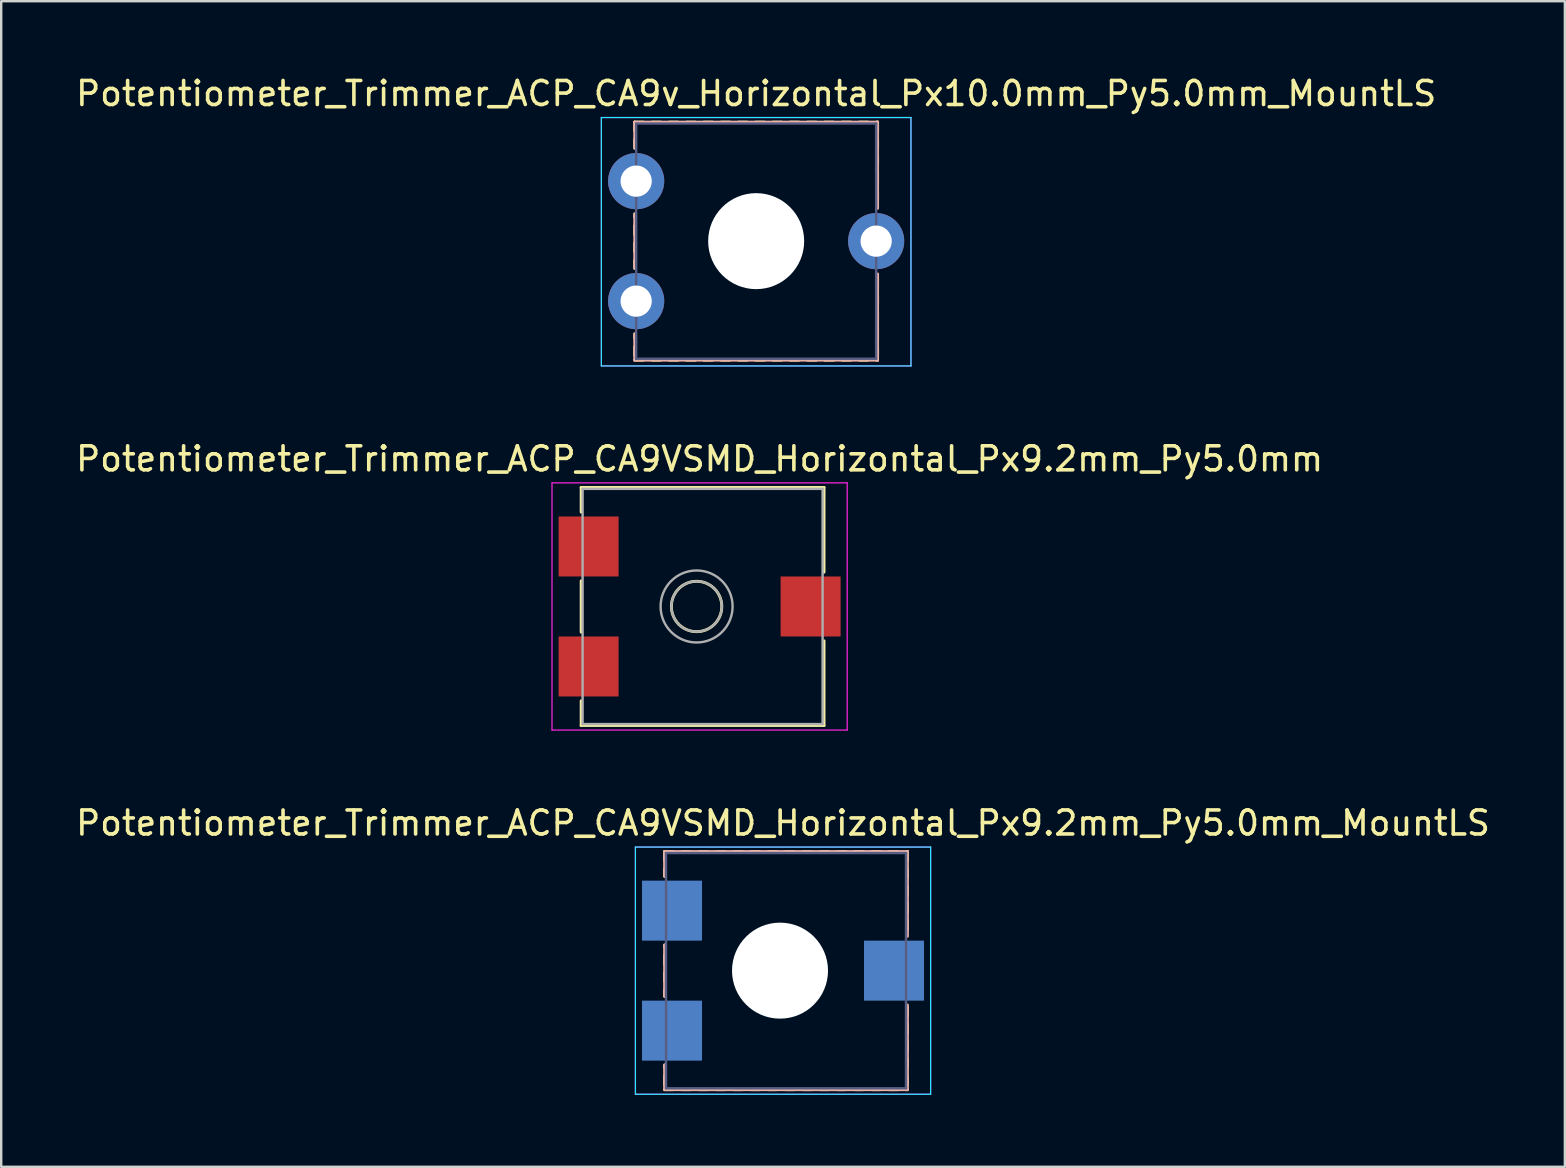
<source format=kicad_pcb>
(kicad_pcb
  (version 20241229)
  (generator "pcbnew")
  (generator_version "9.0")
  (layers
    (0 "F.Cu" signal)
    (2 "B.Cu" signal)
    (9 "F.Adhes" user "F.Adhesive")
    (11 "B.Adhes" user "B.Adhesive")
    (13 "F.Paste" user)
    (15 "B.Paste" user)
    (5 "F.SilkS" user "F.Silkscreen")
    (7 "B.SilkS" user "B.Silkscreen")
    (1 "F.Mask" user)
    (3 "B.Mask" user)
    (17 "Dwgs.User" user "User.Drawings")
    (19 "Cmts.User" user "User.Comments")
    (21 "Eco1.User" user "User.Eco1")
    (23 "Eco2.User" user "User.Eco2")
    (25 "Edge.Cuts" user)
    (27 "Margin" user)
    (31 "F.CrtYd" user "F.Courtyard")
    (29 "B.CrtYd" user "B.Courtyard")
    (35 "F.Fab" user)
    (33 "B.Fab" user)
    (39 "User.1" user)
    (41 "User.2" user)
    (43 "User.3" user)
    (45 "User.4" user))
  (footprint "Potentiometer_Trimmer_ACP_CA9VSMD_Horizontal_Px9.2mm_Py5.0mm_MountLS"
    (layer "F.Cu")
    (at 29.577 37.395)
    (property "Reference" "Potentiometer_Trimmer_ACP_CA9VSMD_Horizontal_Px9.2mm_Py5.0mm_MountLS" (at 0 -6.15 0) (layer "F.SilkS") (effects (font (size 1 1) (thickness 0.15))))
    (attr smd)
    (fp_line (start -4.935 -4.961) (end -4.935 -4.601) (stroke (width 0.12) (type solid)) (layer "F.SilkS"))
    (fp_line (start -4.935 -4.961) (end -4.575 -4.961) (stroke (width 0.12) (type solid)) (layer "F.SilkS"))
    (fp_line (start -4.935 -4.241) (end -4.935 -3.931) (stroke (width 0.12) (type solid)) (layer "F.SilkS"))
    (fp_line (start -4.935 -1.069) (end -4.935 -1) (stroke (width 0.12) (type solid)) (layer "F.SilkS"))
    (fp_line (start -4.935 -0.64) (end -4.935 -0.28) (stroke (width 0.12) (type solid)) (layer "F.SilkS"))
    (fp_line (start -4.935 0.08) (end -4.935 0.44) (stroke (width 0.12) (type solid)) (layer "F.SilkS"))
    (fp_line (start -4.935 0.8) (end -4.935 1.07) (stroke (width 0.12) (type solid)) (layer "F.SilkS"))
    (fp_line (start -4.935 3.93) (end -4.935 4.04) (stroke (width 0.12) (type solid)) (layer "F.SilkS"))
    (fp_line (start -4.935 4.4) (end -4.935 4.76) (stroke (width 0.12) (type solid)) (layer "F.SilkS"))
    (fp_line (start -4.935 4.96) (end -4.575 4.96) (stroke (width 0.12) (type solid)) (layer "F.SilkS"))
    (fp_line (start -4.215 -4.961) (end -3.855 -4.961) (stroke (width 0.12) (type solid)) (layer "F.SilkS"))
    (fp_line (start -4.215 4.96) (end -3.855 4.96) (stroke (width 0.12) (type solid)) (layer "F.SilkS"))
    (fp_line (start -3.495 -4.961) (end -3.135 -4.961) (stroke (width 0.12) (type solid)) (layer "F.SilkS"))
    (fp_line (start -3.495 4.96) (end -3.135 4.96) (stroke (width 0.12) (type solid)) (layer "F.SilkS"))
    (fp_line (start -2.775 -4.961) (end -2.415 -4.961) (stroke (width 0.12) (type solid)) (layer "F.SilkS"))
    (fp_line (start -2.775 4.96) (end -2.415 4.96) (stroke (width 0.12) (type solid)) (layer "F.SilkS"))
    (fp_line (start -2.055 -4.961) (end -1.695 -4.961) (stroke (width 0.12) (type solid)) (layer "F.SilkS"))
    (fp_line (start -2.055 4.96) (end -1.695 4.96) (stroke (width 0.12) (type solid)) (layer "F.SilkS"))
    (fp_line (start -1.335 -4.961) (end -0.975 -4.961) (stroke (width 0.12) (type solid)) (layer "F.SilkS"))
    (fp_line (start -1.335 4.96) (end -0.975 4.96) (stroke (width 0.12) (type solid)) (layer "F.SilkS"))
    (fp_line (start -0.615 -4.961) (end -0.255 -4.961) (stroke (width 0.12) (type solid)) (layer "F.SilkS"))
    (fp_line (start -0.615 4.96) (end -0.255 4.96) (stroke (width 0.12) (type solid)) (layer "F.SilkS"))
    (fp_line (start 0.105 -4.961) (end 0.465 -4.961) (stroke (width 0.12) (type solid)) (layer "F.SilkS"))
    (fp_line (start 0.105 4.96) (end 0.465 4.96) (stroke (width 0.12) (type solid)) (layer "F.SilkS"))
    (fp_line (start 0.825 -4.961) (end 1.185 -4.961) (stroke (width 0.12) (type solid)) (layer "F.SilkS"))
    (fp_line (start 0.825 4.96) (end 1.185 4.96) (stroke (width 0.12) (type solid)) (layer "F.SilkS"))
    (fp_line (start 1.545 -4.961) (end 1.905 -4.961) (stroke (width 0.12) (type solid)) (layer "F.SilkS"))
    (fp_line (start 1.545 4.96) (end 1.905 4.96) (stroke (width 0.12) (type solid)) (layer "F.SilkS"))
    (fp_line (start 2.265 -4.961) (end 2.625 -4.961) (stroke (width 0.12) (type solid)) (layer "F.SilkS"))
    (fp_line (start 2.265 4.96) (end 2.625 4.96) (stroke (width 0.12) (type solid)) (layer "F.SilkS"))
    (fp_line (start 2.985 -4.961) (end 3.345 -4.961) (stroke (width 0.12) (type solid)) (layer "F.SilkS"))
    (fp_line (start 2.985 4.96) (end 3.345 4.96) (stroke (width 0.12) (type solid)) (layer "F.SilkS"))
    (fp_line (start 3.705 -4.961) (end 4.065 -4.961) (stroke (width 0.12) (type solid)) (layer "F.SilkS"))
    (fp_line (start 3.705 4.96) (end 4.065 4.96) (stroke (width 0.12) (type solid)) (layer "F.SilkS"))
    (fp_line (start 4.425 -4.961) (end 4.785 -4.961) (stroke (width 0.12) (type solid)) (layer "F.SilkS"))
    (fp_line (start 4.425 4.96) (end 4.785 4.96) (stroke (width 0.12) (type solid)) (layer "F.SilkS"))
    (fp_line (start 5.145 -4.961) (end 5.185 -4.961) (stroke (width 0.12) (type solid)) (layer "F.SilkS"))
    (fp_line (start 5.145 4.96) (end 5.185 4.96) (stroke (width 0.12) (type solid)) (layer "F.SilkS"))
    (fp_line (start 5.185 -4.961) (end 5.185 -4.601) (stroke (width 0.12) (type solid)) (layer "F.SilkS"))
    (fp_line (start 5.185 -4.241) (end 5.185 -3.881) (stroke (width 0.12) (type solid)) (layer "F.SilkS"))
    (fp_line (start 5.185 -3.521) (end 5.185 -3.161) (stroke (width 0.12) (type solid)) (layer "F.SilkS"))
    (fp_line (start 5.185 -2.801) (end 5.185 -2.44) (stroke (width 0.12) (type solid)) (layer "F.SilkS"))
    (fp_line (start 5.185 -2.08) (end 5.185 -1.72) (stroke (width 0.12) (type solid)) (layer "F.SilkS"))
    (fp_line (start 5.185 1.52) (end 5.185 1.88) (stroke (width 0.12) (type solid)) (layer "F.SilkS"))
    (fp_line (start 5.185 2.24) (end 5.185 2.6) (stroke (width 0.12) (type solid)) (layer "F.SilkS"))
    (fp_line (start 5.185 2.96) (end 5.185 3.32) (stroke (width 0.12) (type solid)) (layer "F.SilkS"))
    (fp_line (start 5.185 3.68) (end 5.185 4.04) (stroke (width 0.12) (type solid)) (layer "F.SilkS"))
    (fp_line (start 5.185 4.4) (end 5.185 4.76) (stroke (width 0.12) (type solid)) (layer "F.SilkS"))
    (fp_line (start -4.935 -4.961) (end -4.935 -3.931) (stroke (width 0.12) (type solid)) (layer "B.SilkS"))
    (fp_line (start -4.935 -4.961) (end 5.185 -4.961) (stroke (width 0.12) (type solid)) (layer "B.SilkS"))
    (fp_line (start -4.935 -1.069) (end -4.935 1.07) (stroke (width 0.12) (type solid)) (layer "B.SilkS"))
    (fp_line (start -4.935 3.93) (end -4.935 4.96) (stroke (width 0.12) (type solid)) (layer "B.SilkS"))
    (fp_line (start -4.935 4.96) (end 5.185 4.96) (stroke (width 0.12) (type solid)) (layer "B.SilkS"))
    (fp_line (start 5.185 -4.961) (end 5.185 -1.43) (stroke (width 0.12) (type solid)) (layer "B.SilkS"))
    (fp_line (start 5.185 1.43) (end 5.185 4.96) (stroke (width 0.12) (type solid)) (layer "B.SilkS"))
    (fp_line (start -6.15 -5.15) (end -6.15 5.15) (stroke (width 0.05) (type solid)) (layer "B.CrtYd"))
    (fp_line (start -6.15 5.15) (end 6.15 5.15) (stroke (width 0.05) (type solid)) (layer "B.CrtYd"))
    (fp_line (start 6.15 -5.15) (end -6.15 -5.15) (stroke (width 0.05) (type solid)) (layer "B.CrtYd"))
    (fp_line (start 6.15 5.15) (end 6.15 -5.15) (stroke (width 0.05) (type solid)) (layer "B.CrtYd"))
    (fp_line (start -6.15 -5.15) (end -6.15 5.15) (stroke (width 0.05) (type solid)) (layer "F.CrtYd"))
    (fp_line (start -6.15 5.15) (end 6.15 5.15) (stroke (width 0.05) (type solid)) (layer "F.CrtYd"))
    (fp_line (start 6.15 -5.15) (end -6.15 -5.15) (stroke (width 0.05) (type solid)) (layer "F.CrtYd"))
    (fp_line (start 6.15 5.15) (end 6.15 -5.15) (stroke (width 0.05) (type solid)) (layer "F.CrtYd"))
    (fp_line (start -4.875 -4.9) (end -4.875 4.9) (stroke (width 0.1) (type solid)) (layer "B.Fab"))
    (fp_line (start -4.875 4.9) (end 5.125 4.9) (stroke (width 0.1) (type solid)) (layer "B.Fab"))
    (fp_line (start 5.125 -4.9) (end -4.875 -4.9) (stroke (width 0.1) (type solid)) (layer "B.Fab"))
    (fp_line (start 5.125 4.9) (end 5.125 -4.9) (stroke (width 0.1) (type solid)) (layer "B.Fab"))
    (fp_circle (center -0.125 0) (end 0.925 0) (stroke (width 0.1) (type solid)) (fill no) (layer "B.Fab"))
    (fp_circle (center -0.125 0) (end 1.375 0) (stroke (width 0.1) (type solid)) (fill no) (layer "B.Fab"))
    (pad "" np_thru_hole circle (at -0.125 0) (size 4 4) (drill 4) (layers "*.Cu" "*.Mask"))
    (pad "1" smd rect (at -4.625 2.5) (size 2.5 2.5) (layers "B.Cu" "B.Mask"))
    (pad "2" smd rect (at 4.625 0) (size 2.5 2.5) (layers "B.Cu" "B.Mask"))
    (pad "3" smd rect (at -4.625 -2.5) (size 2.5 2.5) (layers "B.Cu" "B.Mask")))
  (footprint "Potentiometer_Trimmer_ACP_CA9v_Horizontal_Px10.0mm_Py5.0mm_MountLS"
    (layer "F.Cu")
    (at 23.458 9.498)
    (property "Reference" "Potentiometer_Trimmer_ACP_CA9v_Horizontal_Px10.0mm_Py5.0mm_MountLS" (at 5 -8.65 0) (layer "F.SilkS") (effects (font (size 1 1) (thickness 0.15))))
    (attr through_hole)
    (fp_line (start -0.06 -7.461) (end -0.06 -7.101) (stroke (width 0.12) (type solid)) (layer "F.SilkS"))
    (fp_line (start -0.06 -7.461) (end 0.3 -7.461) (stroke (width 0.12) (type solid)) (layer "F.SilkS"))
    (fp_line (start -0.06 -6.741) (end -0.06 -6.381) (stroke (width 0.12) (type solid)) (layer "F.SilkS"))
    (fp_line (start -0.06 -3.635) (end -0.06 -3.5) (stroke (width 0.12) (type solid)) (layer "F.SilkS"))
    (fp_line (start -0.06 -3.14) (end -0.06 -2.78) (stroke (width 0.12) (type solid)) (layer "F.SilkS"))
    (fp_line (start -0.06 -2.42) (end -0.06 -2.06) (stroke (width 0.12) (type solid)) (layer "F.SilkS"))
    (fp_line (start -0.06 -1.7) (end -0.06 -1.365) (stroke (width 0.12) (type solid)) (layer "F.SilkS"))
    (fp_line (start -0.06 1.365) (end -0.06 1.54) (stroke (width 0.12) (type solid)) (layer "F.SilkS"))
    (fp_line (start -0.06 1.9) (end -0.06 2.26) (stroke (width 0.12) (type solid)) (layer "F.SilkS"))
    (fp_line (start -0.06 2.46) (end 0.3 2.46) (stroke (width 0.12) (type solid)) (layer "F.SilkS"))
    (fp_line (start 0.66 -7.461) (end 1.02 -7.461) (stroke (width 0.12) (type solid)) (layer "F.SilkS"))
    (fp_line (start 0.66 2.46) (end 1.02 2.46) (stroke (width 0.12) (type solid)) (layer "F.SilkS"))
    (fp_line (start 1.38 -7.461) (end 1.74 -7.461) (stroke (width 0.12) (type solid)) (layer "F.SilkS"))
    (fp_line (start 1.38 2.46) (end 1.74 2.46) (stroke (width 0.12) (type solid)) (layer "F.SilkS"))
    (fp_line (start 2.1 -7.461) (end 2.46 -7.461) (stroke (width 0.12) (type solid)) (layer "F.SilkS"))
    (fp_line (start 2.1 2.46) (end 2.46 2.46) (stroke (width 0.12) (type solid)) (layer "F.SilkS"))
    (fp_line (start 2.82 -7.461) (end 3.18 -7.461) (stroke (width 0.12) (type solid)) (layer "F.SilkS"))
    (fp_line (start 2.82 2.46) (end 3.18 2.46) (stroke (width 0.12) (type solid)) (layer "F.SilkS"))
    (fp_line (start 3.54 -7.461) (end 3.9 -7.461) (stroke (width 0.12) (type solid)) (layer "F.SilkS"))
    (fp_line (start 3.54 2.46) (end 3.9 2.46) (stroke (width 0.12) (type solid)) (layer "F.SilkS"))
    (fp_line (start 4.26 -7.461) (end 4.62 -7.461) (stroke (width 0.12) (type solid)) (layer "F.SilkS"))
    (fp_line (start 4.26 2.46) (end 4.62 2.46) (stroke (width 0.12) (type solid)) (layer "F.SilkS"))
    (fp_line (start 4.98 -7.461) (end 5.34 -7.461) (stroke (width 0.12) (type solid)) (layer "F.SilkS"))
    (fp_line (start 4.98 2.46) (end 5.34 2.46) (stroke (width 0.12) (type solid)) (layer "F.SilkS"))
    (fp_line (start 5.7 -7.461) (end 6.06 -7.461) (stroke (width 0.12) (type solid)) (layer "F.SilkS"))
    (fp_line (start 5.7 2.46) (end 6.06 2.46) (stroke (width 0.12) (type solid)) (layer "F.SilkS"))
    (fp_line (start 6.42 -7.461) (end 6.78 -7.461) (stroke (width 0.12) (type solid)) (layer "F.SilkS"))
    (fp_line (start 6.42 2.46) (end 6.78 2.46) (stroke (width 0.12) (type solid)) (layer "F.SilkS"))
    (fp_line (start 7.14 -7.461) (end 7.5 -7.461) (stroke (width 0.12) (type solid)) (layer "F.SilkS"))
    (fp_line (start 7.14 2.46) (end 7.5 2.46) (stroke (width 0.12) (type solid)) (layer "F.SilkS"))
    (fp_line (start 7.86 -7.461) (end 8.22 -7.461) (stroke (width 0.12) (type solid)) (layer "F.SilkS"))
    (fp_line (start 7.86 2.46) (end 8.22 2.46) (stroke (width 0.12) (type solid)) (layer "F.SilkS"))
    (fp_line (start 8.58 -7.461) (end 8.94 -7.461) (stroke (width 0.12) (type solid)) (layer "F.SilkS"))
    (fp_line (start 8.58 2.46) (end 8.94 2.46) (stroke (width 0.12) (type solid)) (layer "F.SilkS"))
    (fp_line (start 9.3 -7.461) (end 9.66 -7.461) (stroke (width 0.12) (type solid)) (layer "F.SilkS"))
    (fp_line (start 9.3 2.46) (end 9.66 2.46) (stroke (width 0.12) (type solid)) (layer "F.SilkS"))
    (fp_line (start 10.02 -7.461) (end 10.06 -7.461) (stroke (width 0.12) (type solid)) (layer "F.SilkS"))
    (fp_line (start 10.02 2.46) (end 10.06 2.46) (stroke (width 0.12) (type solid)) (layer "F.SilkS"))
    (fp_line (start 10.06 -7.461) (end 10.06 -7.101) (stroke (width 0.12) (type solid)) (layer "F.SilkS"))
    (fp_line (start 10.06 -6.741) (end 10.06 -6.381) (stroke (width 0.12) (type solid)) (layer "F.SilkS"))
    (fp_line (start 10.06 -6.021) (end 10.06 -5.661) (stroke (width 0.12) (type solid)) (layer "F.SilkS"))
    (fp_line (start 10.06 -5.301) (end 10.06 -4.94) (stroke (width 0.12) (type solid)) (layer "F.SilkS"))
    (fp_line (start 10.06 -4.58) (end 10.06 -4.22) (stroke (width 0.12) (type solid)) (layer "F.SilkS"))
    (fp_line (start 10.06 -0.98) (end 10.06 -0.62) (stroke (width 0.12) (type solid)) (layer "F.SilkS"))
    (fp_line (start 10.06 -0.26) (end 10.06 0.1) (stroke (width 0.12) (type solid)) (layer "F.SilkS"))
    (fp_line (start 10.06 0.46) (end 10.06 0.82) (stroke (width 0.12) (type solid)) (layer "F.SilkS"))
    (fp_line (start 10.06 1.18) (end 10.06 1.54) (stroke (width 0.12) (type solid)) (layer "F.SilkS"))
    (fp_line (start 10.06 1.9) (end 10.06 2.26) (stroke (width 0.12) (type solid)) (layer "F.SilkS"))
    (fp_line (start -0.06 -7.461) (end -0.06 -6.365) (stroke (width 0.12) (type solid)) (layer "B.SilkS"))
    (fp_line (start -0.06 -7.461) (end 10.06 -7.461) (stroke (width 0.12) (type solid)) (layer "B.SilkS"))
    (fp_line (start -0.06 -3.635) (end -0.06 -1.365) (stroke (width 0.12) (type solid)) (layer "B.SilkS"))
    (fp_line (start -0.06 1.365) (end -0.06 2.46) (stroke (width 0.12) (type solid)) (layer "B.SilkS"))
    (fp_line (start -0.06 2.46) (end 10.06 2.46) (stroke (width 0.12) (type solid)) (layer "B.SilkS"))
    (fp_line (start 10.06 -7.461) (end 10.06 -3.865) (stroke (width 0.12) (type solid)) (layer "B.SilkS"))
    (fp_line (start 10.06 -1.135) (end 10.06 2.46) (stroke (width 0.12) (type solid)) (layer "B.SilkS"))
    (fp_line (start -1.45 -7.65) (end -1.45 2.7) (stroke (width 0.05) (type solid)) (layer "B.CrtYd"))
    (fp_line (start -1.45 2.7) (end 11.45 2.7) (stroke (width 0.05) (type solid)) (layer "B.CrtYd"))
    (fp_line (start 11.45 -7.65) (end -1.45 -7.65) (stroke (width 0.05) (type solid)) (layer "B.CrtYd"))
    (fp_line (start 11.45 2.7) (end 11.45 -7.65) (stroke (width 0.05) (type solid)) (layer "B.CrtYd"))
    (fp_line (start -1.45 -7.65) (end -1.45 2.7) (stroke (width 0.05) (type solid)) (layer "F.CrtYd"))
    (fp_line (start -1.45 2.7) (end 11.45 2.7) (stroke (width 0.05) (type solid)) (layer "F.CrtYd"))
    (fp_line (start 11.45 -7.65) (end -1.45 -7.65) (stroke (width 0.05) (type solid)) (layer "F.CrtYd"))
    (fp_line (start 11.45 2.7) (end 11.45 -7.65) (stroke (width 0.05) (type solid)) (layer "F.CrtYd"))
    (fp_line (start 0 -7.4) (end 0 2.4) (stroke (width 0.1) (type solid)) (layer "B.Fab"))
    (fp_line (start 0 2.4) (end 10 2.4) (stroke (width 0.1) (type solid)) (layer "B.Fab"))
    (fp_line (start 10 -7.4) (end 0 -7.4) (stroke (width 0.1) (type solid)) (layer "B.Fab"))
    (fp_line (start 10 2.4) (end 10 -7.4) (stroke (width 0.1) (type solid)) (layer "B.Fab"))
    (fp_circle (center 5 -2.5) (end 6.05 -2.5) (stroke (width 0.1) (type solid)) (fill no) (layer "B.Fab"))
    (fp_circle (center 5 -2.5) (end 6.5 -2.5) (stroke (width 0.1) (type solid)) (fill no) (layer "B.Fab"))
    (pad "" np_thru_hole circle (at 5 -2.5) (size 4 4) (drill 4) (layers "*.Cu" "*.Mask"))
    (pad "1" thru_hole circle (at 0 0) (size 2.34 2.34) (drill 1.3) (layers "*.Cu" "*.Mask"))
    (pad "2" thru_hole circle (at 10 -2.5) (size 2.34 2.34) (drill 1.3) (layers "*.Cu" "*.Mask"))
    (pad "3" thru_hole circle (at 0 -5) (size 2.34 2.34) (drill 1.3) (layers "*.Cu" "*.Mask")))
  (footprint "Potentiometer_Trimmer_ACP_CA9VSMD_Horizontal_Px9.2mm_Py5.0mm"
    (layer "F.Cu")
    (at 26.101 22.221)
    (property "Reference" "Potentiometer_Trimmer_ACP_CA9VSMD_Horizontal_Px9.2mm_Py5.0mm" (at 0 -6.15 0) (layer "F.SilkS") (effects (font (size 1 1) (thickness 0.15))))
    (attr smd)
    (fp_line (start -4.935 -4.961) (end -4.935 -3.931) (stroke (width 0.12) (type solid)) (layer "F.SilkS"))
    (fp_line (start -4.935 -4.961) (end 5.185 -4.961) (stroke (width 0.12) (type solid)) (layer "F.SilkS"))
    (fp_line (start -4.935 -1.069) (end -4.935 1.07) (stroke (width 0.12) (type solid)) (layer "F.SilkS"))
    (fp_line (start -4.935 3.93) (end -4.935 4.96) (stroke (width 0.12) (type solid)) (layer "F.SilkS"))
    (fp_line (start -4.935 4.96) (end 5.185 4.96) (stroke (width 0.12) (type solid)) (layer "F.SilkS"))
    (fp_line (start 5.185 -4.961) (end 5.185 -1.43) (stroke (width 0.12) (type solid)) (layer "F.SilkS"))
    (fp_line (start 5.185 1.43) (end 5.185 4.96) (stroke (width 0.12) (type solid)) (layer "F.SilkS"))
    (fp_circle (center -0.125 0) (end 0.925 0) (stroke (width 0.12) (type solid)) (fill no) (layer "F.SilkS"))
    (fp_line (start -6.15 -5.15) (end -6.15 5.15) (stroke (width 0.05) (type solid)) (layer "F.CrtYd"))
    (fp_line (start -6.15 5.15) (end 6.15 5.15) (stroke (width 0.05) (type solid)) (layer "F.CrtYd"))
    (fp_line (start 6.15 -5.15) (end -6.15 -5.15) (stroke (width 0.05) (type solid)) (layer "F.CrtYd"))
    (fp_line (start 6.15 5.15) (end 6.15 -5.15) (stroke (width 0.05) (type solid)) (layer "F.CrtYd"))
    (fp_line (start -4.875 -4.9) (end -4.875 4.9) (stroke (width 0.1) (type solid)) (layer "F.Fab"))
    (fp_line (start -4.875 4.9) (end 5.125 4.9) (stroke (width 0.1) (type solid)) (layer "F.Fab"))
    (fp_line (start 5.125 -4.9) (end -4.875 -4.9) (stroke (width 0.1) (type solid)) (layer "F.Fab"))
    (fp_line (start 5.125 4.9) (end 5.125 -4.9) (stroke (width 0.1) (type solid)) (layer "F.Fab"))
    (fp_circle (center -0.125 0) (end 0.925 0) (stroke (width 0.1) (type solid)) (fill no) (layer "F.Fab"))
    (fp_circle (center -0.125 0) (end 1.375 0) (stroke (width 0.1) (type solid)) (fill no) (layer "F.Fab"))
    (pad "1" smd rect (at -4.625 2.5) (size 2.5 2.5) (layers "F.Cu" "F.Mask"))
    (pad "2" smd rect (at 4.625 0) (size 2.5 2.5) (layers "F.Cu" "F.Mask"))
    (pad "3" smd rect (at -4.625 -2.5) (size 2.5 2.5) (layers "F.Cu" "F.Mask")))
  (gr_rect
    (start -3 -3)
    (end 62.155 45.57)
    (stroke (width 0.1) (type default))
    (fill no)
    (layer "Edge.Cuts")))
</source>
